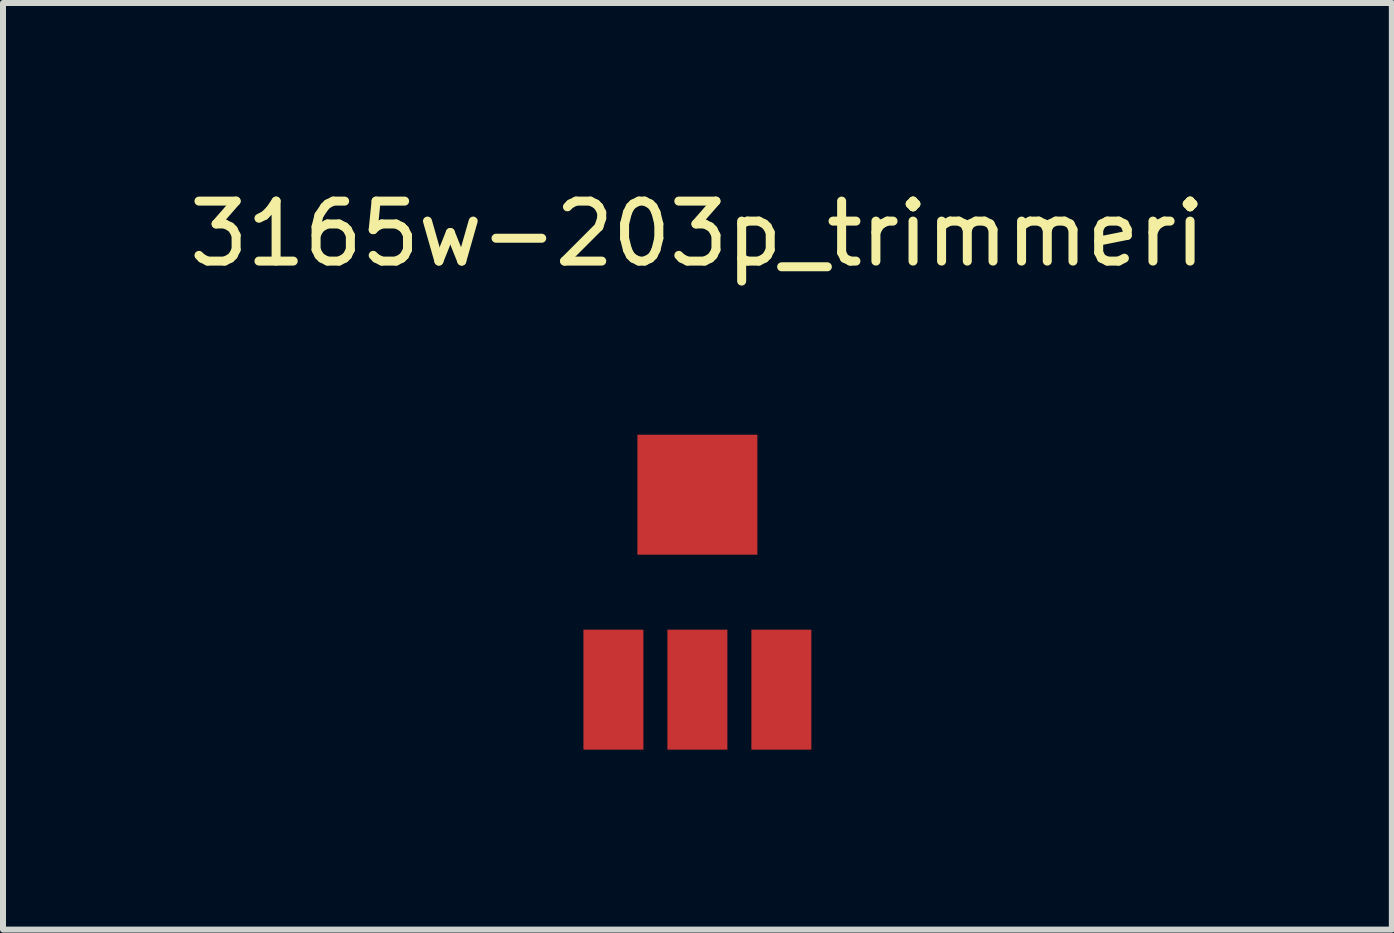
<source format=kicad_pcb>
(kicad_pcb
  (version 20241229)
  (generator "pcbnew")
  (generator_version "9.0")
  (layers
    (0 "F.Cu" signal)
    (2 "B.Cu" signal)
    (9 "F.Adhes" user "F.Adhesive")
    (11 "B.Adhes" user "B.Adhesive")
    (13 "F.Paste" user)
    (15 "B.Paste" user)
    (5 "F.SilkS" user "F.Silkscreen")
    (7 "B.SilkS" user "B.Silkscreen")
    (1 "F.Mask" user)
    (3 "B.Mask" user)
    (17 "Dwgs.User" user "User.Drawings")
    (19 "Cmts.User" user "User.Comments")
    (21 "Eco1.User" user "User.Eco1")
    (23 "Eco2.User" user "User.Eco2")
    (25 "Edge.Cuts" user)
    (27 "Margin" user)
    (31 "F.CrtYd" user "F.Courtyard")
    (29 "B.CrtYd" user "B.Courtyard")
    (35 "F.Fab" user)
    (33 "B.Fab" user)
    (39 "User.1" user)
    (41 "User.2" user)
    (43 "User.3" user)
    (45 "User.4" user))
  (footprint "3165w-203p_trimmeri"
    (layer "F.Cu")
    (at 8.577 7.198)
    (property "Reference" "3165w-203p_trimmeri" (at 0 -6.35 0) (layer "F.SilkS") (effects (font (size 1 1) (thickness 0.15))))
    (attr through_hole)
    (pad "" smd rect (at 0 -2) (size 2 2) (layers "F.Cu" "F.Mask" "F.Paste"))
    (pad "1" smd rect (at -1.4 1.25) (size 1 2) (layers "F.Cu" "F.Mask" "F.Paste"))
    (pad "2" smd rect (at 0 1.25) (size 1 2) (layers "F.Cu" "F.Mask" "F.Paste"))
    (pad "3" smd rect (at 1.4 1.25) (size 1 2) (layers "F.Cu" "F.Mask" "F.Paste")))
  (gr_rect
    (start -3 -3)
    (end 20.155 12.448)
    (stroke (width 0.1) (type default))
    (fill no)
    (layer "Edge.Cuts")))
</source>
